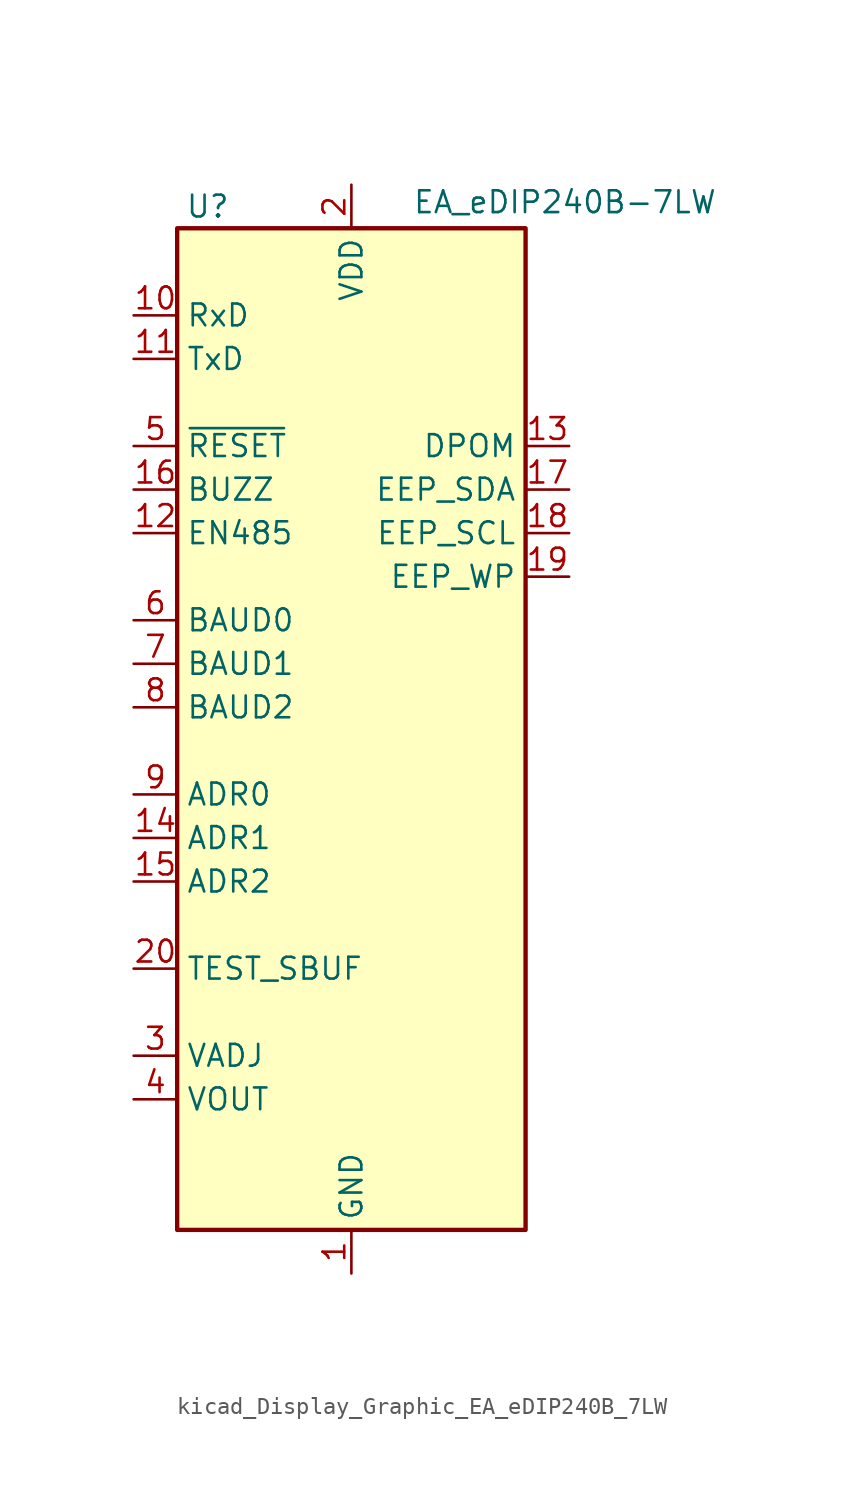
<source format=kicad_sym>
(kicad_symbol_lib
  (version 20220914)
  (generator kicad_symbol_editor)
  (symbol "kicad_Display_Graphic_EA_eDIP240B_7LW"
    (property "Reference" "U"
      (at -8.382 29.21 0)
      (effects (font (size 1.27 1.27))))
    (property "Value" "EA_eDIP240B-7LW"
      (at 3.556 29.464 0)
      (effects (font (size 1.27 1.27)) (justify left)))
    (symbol "kicad_Display_Graphic_EA_eDIP240B_7LW_0_1"
      (rectangle (start -10.16 27.94) (end 10.16 -30.48) (stroke (width 0.254) (type default)) (fill (type background))))
    (symbol "kicad_Display_Graphic_EA_eDIP240B_7LW_1_1"
      (pin power_in line (at 0 -33.02 90) (length 2.54) (name "GND" (effects (font (size 1.27 1.27)))) (number "1" (effects (font (size 1.27 1.27)))))
      (pin input line (at -12.7 22.86 0) (length 2.54) (name "RxD" (effects (font (size 1.27 1.27)))) (number "10" (effects (font (size 1.27 1.27)))))
      (pin output line (at -12.7 20.32 0) (length 2.54) (name "TxD" (effects (font (size 1.27 1.27)))) (number "11" (effects (font (size 1.27 1.27)))))
      (pin output line (at -12.7 10.16 0) (length 2.54) (name "EN485" (effects (font (size 1.27 1.27)))) (number "12" (effects (font (size 1.27 1.27)))))
      (pin input line (at 12.7 15.24 180) (length 2.54) (name "DPOM" (effects (font (size 1.27 1.27)))) (number "13" (effects (font (size 1.27 1.27)))))
      (pin input line (at -12.7 -7.62 0) (length 2.54) (name "ADR1" (effects (font (size 1.27 1.27)))) (number "14" (effects (font (size 1.27 1.27)))))
      (pin input line (at -12.7 -10.16 0) (length 2.54) (name "ADR2" (effects (font (size 1.27 1.27)))) (number "15" (effects (font (size 1.27 1.27)))))
      (pin output line (at -12.7 12.7 0) (length 2.54) (name "BUZZ" (effects (font (size 1.27 1.27)))) (number "16" (effects (font (size 1.27 1.27)))))
      (pin bidirectional line (at 12.7 12.7 180) (length 2.54) (name "EEP_SDA" (effects (font (size 1.27 1.27)))) (number "17" (effects (font (size 1.27 1.27)))))
      (pin output line (at 12.7 10.16 180) (length 2.54) (name "EEP_SCL" (effects (font (size 1.27 1.27)))) (number "18" (effects (font (size 1.27 1.27)))))
      (pin input line (at 12.7 7.62 180) (length 2.54) (name "EEP_WP" (effects (font (size 1.27 1.27)))) (number "19" (effects (font (size 1.27 1.27)))))
      (pin power_in line (at 0 30.48 270) (length 2.54) (name "VDD" (effects (font (size 1.27 1.27)))) (number "2" (effects (font (size 1.27 1.27)))))
      (pin open_collector line (at -12.7 -15.24 0) (length 2.54) (name "TEST_SBUF" (effects (font (size 1.27 1.27)))) (number "20" (effects (font (size 1.27 1.27)))))
      (pin no_connect line (at -10.16 -25.4 0) (length 2.54) hide (name "NC" (effects (font (size 1.27 1.27)))) (number "21" (effects (font (size 1.27 1.27)))))
      (pin no_connect line (at -10.16 -27.94 0) (length 2.54) hide (name "NC" (effects (font (size 1.27 1.27)))) (number "22" (effects (font (size 1.27 1.27)))))
      (pin no_connect line (at 10.16 25.4 180) (length 2.54) hide (name "NC" (effects (font (size 1.27 1.27)))) (number "23" (effects (font (size 1.27 1.27)))))
      (pin no_connect line (at 10.16 22.86 180) (length 2.54) hide (name "NC" (effects (font (size 1.27 1.27)))) (number "24" (effects (font (size 1.27 1.27)))))
      (pin no_connect line (at 10.16 20.32 180) (length 2.54) hide (name "NC" (effects (font (size 1.27 1.27)))) (number "25" (effects (font (size 1.27 1.27)))))
      (pin no_connect line (at 10.16 17.78 180) (length 2.54) hide (name "NC" (effects (font (size 1.27 1.27)))) (number "26" (effects (font (size 1.27 1.27)))))
      (pin no_connect line (at 10.16 5.08 180) (length 2.54) hide (name "NC" (effects (font (size 1.27 1.27)))) (number "27" (effects (font (size 1.27 1.27)))))
      (pin no_connect line (at 10.16 2.54 180) (length 2.54) hide (name "NC" (effects (font (size 1.27 1.27)))) (number "28" (effects (font (size 1.27 1.27)))))
      (pin no_connect line (at 10.16 0 180) (length 2.54) hide (name "NC" (effects (font (size 1.27 1.27)))) (number "29" (effects (font (size 1.27 1.27)))))
      (pin input line (at -12.7 -20.32 0) (length 2.54) (name "VADJ" (effects (font (size 1.27 1.27)))) (number "3" (effects (font (size 1.27 1.27)))))
      (pin no_connect line (at 10.16 -2.54 180) (length 2.54) hide (name "NC" (effects (font (size 1.27 1.27)))) (number "30" (effects (font (size 1.27 1.27)))))
      (pin no_connect line (at 10.16 -5.08 180) (length 2.54) hide (name "NC" (effects (font (size 1.27 1.27)))) (number "31" (effects (font (size 1.27 1.27)))))
      (pin no_connect line (at 10.16 -7.62 180) (length 2.54) hide (name "NC" (effects (font (size 1.27 1.27)))) (number "32" (effects (font (size 1.27 1.27)))))
      (pin no_connect line (at 10.16 -10.16 180) (length 2.54) hide (name "NC" (effects (font (size 1.27 1.27)))) (number "33" (effects (font (size 1.27 1.27)))))
      (pin no_connect line (at 10.16 -12.7 180) (length 2.54) hide (name "NC" (effects (font (size 1.27 1.27)))) (number "34" (effects (font (size 1.27 1.27)))))
      (pin no_connect line (at 10.16 -15.24 180) (length 2.54) hide (name "NC" (effects (font (size 1.27 1.27)))) (number "35" (effects (font (size 1.27 1.27)))))
      (pin no_connect line (at 10.16 -17.78 180) (length 2.54) hide (name "NC" (effects (font (size 1.27 1.27)))) (number "36" (effects (font (size 1.27 1.27)))))
      (pin no_connect line (at 10.16 -20.32 180) (length 2.54) hide (name "NC" (effects (font (size 1.27 1.27)))) (number "37" (effects (font (size 1.27 1.27)))))
      (pin no_connect line (at 10.16 -22.86 180) (length 2.54) hide (name "NC" (effects (font (size 1.27 1.27)))) (number "38" (effects (font (size 1.27 1.27)))))
      (pin no_connect line (at 10.16 -25.4 180) (length 2.54) hide (name "NC" (effects (font (size 1.27 1.27)))) (number "39" (effects (font (size 1.27 1.27)))))
      (pin output line (at -12.7 -22.86 0) (length 2.54) (name "VOUT" (effects (font (size 1.27 1.27)))) (number "4" (effects (font (size 1.27 1.27)))))
      (pin no_connect line (at 10.16 -27.94 180) (length 2.54) hide (name "NC" (effects (font (size 1.27 1.27)))) (number "40" (effects (font (size 1.27 1.27)))))
      (pin input line (at -12.7 15.24 0) (length 2.54) (name "~{RESET}" (effects (font (size 1.27 1.27)))) (number "5" (effects (font (size 1.27 1.27)))))
      (pin input line (at -12.7 5.08 0) (length 2.54) (name "BAUD0" (effects (font (size 1.27 1.27)))) (number "6" (effects (font (size 1.27 1.27)))))
      (pin input line (at -12.7 2.54 0) (length 2.54) (name "BAUD1" (effects (font (size 1.27 1.27)))) (number "7" (effects (font (size 1.27 1.27)))))
      (pin input line (at -12.7 0 0) (length 2.54) (name "BAUD2" (effects (font (size 1.27 1.27)))) (number "8" (effects (font (size 1.27 1.27)))))
      (pin input line (at -12.7 -5.08 0) (length 2.54) (name "ADR0" (effects (font (size 1.27 1.27)))) (number "9" (effects (font (size 1.27 1.27))))))))
</source>
